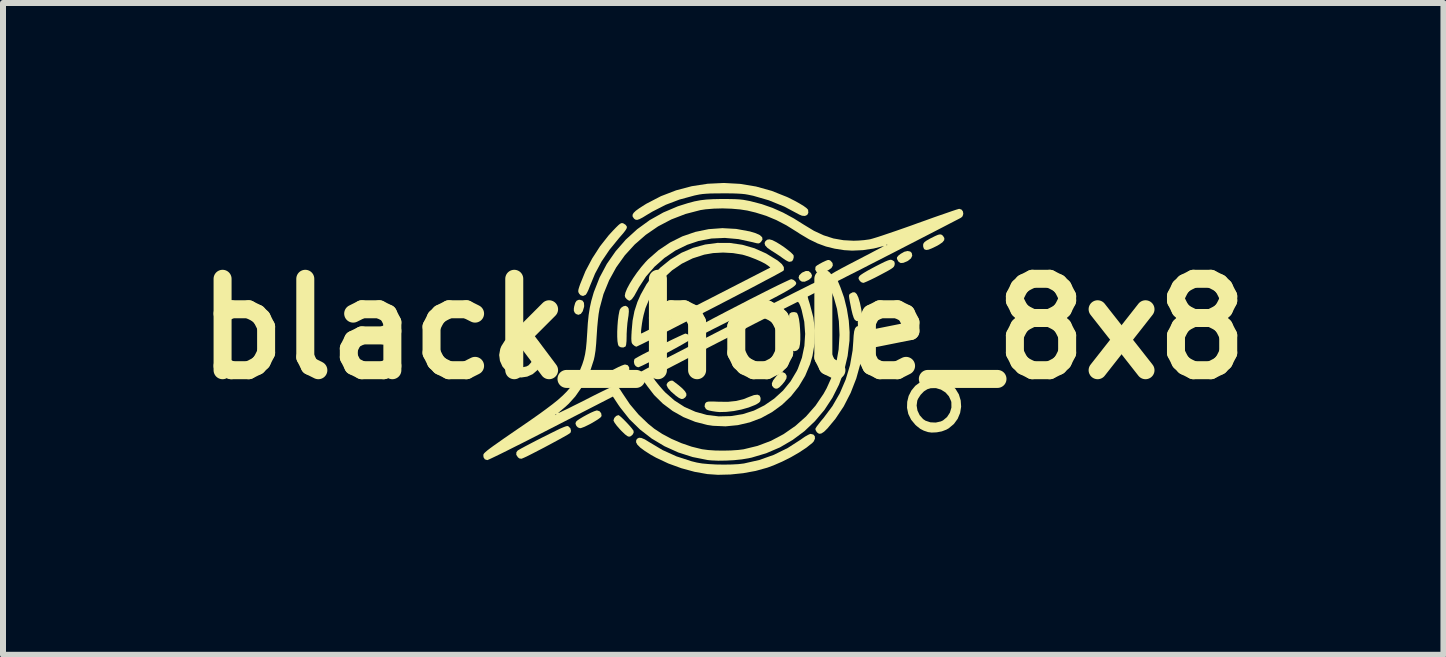
<source format=kicad_pcb>
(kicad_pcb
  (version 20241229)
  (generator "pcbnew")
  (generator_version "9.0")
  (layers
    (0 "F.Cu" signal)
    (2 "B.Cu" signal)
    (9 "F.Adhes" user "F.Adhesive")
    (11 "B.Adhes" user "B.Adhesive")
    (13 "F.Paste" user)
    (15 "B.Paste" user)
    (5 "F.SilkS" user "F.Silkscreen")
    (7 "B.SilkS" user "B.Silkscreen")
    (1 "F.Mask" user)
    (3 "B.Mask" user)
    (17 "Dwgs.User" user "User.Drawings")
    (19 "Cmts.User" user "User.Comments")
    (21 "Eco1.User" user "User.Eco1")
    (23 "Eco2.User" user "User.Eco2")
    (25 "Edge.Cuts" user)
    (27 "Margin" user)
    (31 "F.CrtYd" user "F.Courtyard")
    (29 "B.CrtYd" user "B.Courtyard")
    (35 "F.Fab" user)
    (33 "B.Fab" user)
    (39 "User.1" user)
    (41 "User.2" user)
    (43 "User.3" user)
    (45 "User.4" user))
  (footprint "black_hole_8x8"
    (layer "F.Cu")
    (at 9.006 2.432)
    (property "Reference" "black_hole_8x8" (at 0 0 0) (layer "F.SilkS") (effects (font (size 1.524 1.524) (thickness 0.3))))
    (attr board_only exclude_from_pos_files exclude_from_bom)
    (fp_poly (pts (xy 1.425 -0.963) (xy 1.461 -0.932) (xy 1.463 -0.93) (xy 1.48 -0.89) (xy 1.471 -0.856) (xy 1.434 -0.822) (xy 1.419 -0.813) (xy 1.359 -0.786) (xy 1.311 -0.787) (xy 1.275 -0.812) (xy 1.256 -0.851) (xy 1.267 -0.892) (xy 1.307 -0.931) (xy 1.318 -0.939) (xy 1.378 -0.965)) (stroke (width 0) (type solid)) (fill yes) (layer "F.SilkS"))
    (fp_poly (pts (xy 3.118 -1.289) (xy 3.143 -1.264) (xy 3.151 -1.219) (xy 3.13 -1.175) (xy 3.081 -1.135) (xy 3.065 -1.126) (xy 3.004 -1.101) (xy 2.959 -1.097) (xy 2.926 -1.116) (xy 2.916 -1.129) (xy 2.896 -1.165) (xy 2.897 -1.193) (xy 2.922 -1.223) (xy 2.957 -1.25) (xy 3.018 -1.285) (xy 3.073 -1.298)) (stroke (width 0) (type solid)) (fill yes) (layer "F.SilkS"))
    (fp_poly (pts (xy -2.347 -0.472) (xy -2.322 -0.436) (xy -2.318 -0.38) (xy -2.321 -0.362) (xy -2.342 -0.293) (xy -2.373 -0.25) (xy -2.414 -0.234) (xy -2.415 -0.234) (xy -2.455 -0.248) (xy -2.476 -0.27) (xy -2.49 -0.301) (xy -2.49 -0.34) (xy -2.484 -0.375) (xy -2.467 -0.434) (xy -2.445 -0.468) (xy -2.414 -0.483) (xy -2.39 -0.485)) (stroke (width 0) (type solid)) (fill yes) (layer "F.SilkS"))
    (fp_poly (pts (xy 1.031 0.741) (xy 1.039 0.75) (xy 1.058 0.784) (xy 1.054 0.825) (xy 1.026 0.875) (xy 0.984 0.927) (xy 0.936 0.975) (xy 0.898 0.997) (xy 0.864 0.995) (xy 0.841 0.981) (xy 0.814 0.948) (xy 0.811 0.908) (xy 0.831 0.86) (xy 0.877 0.799) (xy 0.904 0.77) (xy 0.951 0.731) (xy 0.993 0.721)) (stroke (width 0) (type solid)) (fill yes) (layer "F.SilkS"))
    (fp_poly (pts (xy -0.837 0.868) (xy -0.745 0.938) (xy -0.679 0.995) (xy -0.636 1.042) (xy -0.615 1.079) (xy -0.614 1.111) (xy -0.631 1.14) (xy -0.638 1.146) (xy -0.668 1.167) (xy -0.7 1.169) (xy -0.739 1.151) (xy -0.793 1.112) (xy -0.871 1.044) (xy -0.921 0.987) (xy -0.943 0.942) (xy -0.942 0.921) (xy -0.922 0.89) (xy -0.888 0.868) (xy -0.853 0.862)) (stroke (width 0) (type solid)) (fill yes) (layer "F.SilkS"))
    (fp_poly (pts (xy -1.592 0.606) (xy -1.568 0.641) (xy -1.566 0.682) (xy -1.573 0.706) (xy -1.59 0.727) (xy -1.625 0.752) (xy -1.681 0.784) (xy -1.696 0.792) (xy -1.779 0.833) (xy -1.842 0.854) (xy -1.887 0.857) (xy -1.918 0.842) (xy -1.919 0.841) (xy -1.935 0.807) (xy -1.935 0.764) (xy -1.926 0.742) (xy -1.904 0.723) (xy -1.861 0.696) (xy -1.805 0.666) (xy -1.746 0.636) (xy -1.692 0.612) (xy -1.651 0.597) (xy -1.636 0.594)) (stroke (width 0) (type solid)) (fill yes) (layer "F.SilkS"))
    (fp_poly (pts (xy 1.784 -1.139) (xy 1.791 -1.134) (xy 1.822 -1.098) (xy 1.827 -1.055) (xy 1.805 -1.016) (xy 1.801 -1.012) (xy 1.763 -0.985) (xy 1.712 -0.957) (xy 1.66 -0.935) (xy 1.62 -0.923) (xy 1.612 -0.922) (xy 1.576 -0.933) (xy 1.556 -0.947) (xy 1.534 -0.987) (xy 1.538 -1.031) (xy 1.544 -1.041) (xy 1.563 -1.057) (xy 1.602 -1.081) (xy 1.652 -1.108) (xy 1.654 -1.109) (xy 1.707 -1.134) (xy 1.74 -1.147) (xy 1.763 -1.148)) (stroke (width 0) (type solid)) (fill yes) (layer "F.SilkS"))
    (fp_poly (pts (xy 3.639 -1.57) (xy 3.661 -1.553) (xy 3.665 -1.548) (xy 3.686 -1.513) (xy 3.684 -1.479) (xy 3.655 -1.443) (xy 3.599 -1.404) (xy 3.55 -1.377) (xy 3.475 -1.341) (xy 3.421 -1.32) (xy 3.384 -1.315) (xy 3.357 -1.324) (xy 3.346 -1.335) (xy 3.334 -1.367) (xy 3.332 -1.402) (xy 3.339 -1.425) (xy 3.356 -1.447) (xy 3.389 -1.471) (xy 3.443 -1.502) (xy 3.462 -1.512) (xy 3.532 -1.547) (xy 3.581 -1.568) (xy 3.615 -1.575)) (stroke (width 0) (type solid)) (fill yes) (layer "F.SilkS"))
    (fp_poly (pts (xy -2.062 1.373) (xy -2.035 1.406) (xy -2.028 1.447) (xy -2.031 1.459) (xy -2.049 1.48) (xy -2.09 1.51) (xy -2.145 1.544) (xy -2.207 1.58) (xy -2.27 1.612) (xy -2.327 1.638) (xy -2.371 1.654) (xy -2.387 1.656) (xy -2.422 1.644) (xy -2.447 1.619) (xy -2.463 1.582) (xy -2.455 1.55) (xy -2.434 1.529) (xy -2.391 1.499) (xy -2.334 1.465) (xy -2.27 1.43) (xy -2.207 1.398) (xy -2.152 1.374) (xy -2.112 1.361) (xy -2.103 1.36)) (stroke (width 0) (type solid)) (fill yes) (layer "F.SilkS"))
    (fp_poly (pts (xy -1.728 1.449) (xy -1.694 1.478) (xy -1.652 1.519) (xy -1.605 1.567) (xy -1.56 1.616) (xy -1.523 1.66) (xy -1.498 1.694) (xy -1.495 1.698) (xy -1.493 1.73) (xy -1.511 1.764) (xy -1.542 1.79) (xy -1.57 1.798) (xy -1.598 1.788) (xy -1.638 1.758) (xy -1.693 1.705) (xy -1.718 1.679) (xy -1.774 1.615) (xy -1.811 1.565) (xy -1.828 1.531) (xy -1.829 1.525) (xy -1.816 1.485) (xy -1.785 1.452) (xy -1.748 1.438) (xy -1.747 1.438)) (stroke (width 0) (type solid)) (fill yes) (layer "F.SilkS"))
    (fp_poly (pts (xy 2.196 -0.608) (xy 2.226 -0.579) (xy 2.253 -0.522) (xy 2.278 -0.437) (xy 2.281 -0.424) (xy 2.301 -0.328) (xy 2.311 -0.257) (xy 2.311 -0.207) (xy 2.3 -0.172) (xy 2.279 -0.149) (xy 2.244 -0.129) (xy 2.22 -0.13) (xy 2.192 -0.152) (xy 2.192 -0.152) (xy 2.176 -0.182) (xy 2.157 -0.239) (xy 2.137 -0.321) (xy 2.127 -0.373) (xy 2.111 -0.453) (xy 2.101 -0.508) (xy 2.097 -0.544) (xy 2.099 -0.565) (xy 2.106 -0.578) (xy 2.118 -0.588) (xy 2.16 -0.61)) (stroke (width 0) (type solid)) (fill yes) (layer "F.SilkS"))
    (fp_poly (pts (xy 0.819 -1.479) (xy 0.88 -1.448) (xy 0.947 -1.408) (xy 1.014 -1.363) (xy 1.076 -1.316) (xy 1.128 -1.274) (xy 1.163 -1.239) (xy 1.174 -1.222) (xy 1.175 -1.192) (xy 1.166 -1.157) (xy 1.15 -1.131) (xy 1.14 -1.125) (xy 1.116 -1.12) (xy 1.107 -1.117) (xy 1.084 -1.122) (xy 1.046 -1.142) (xy 1 -1.173) (xy 0.941 -1.215) (xy 0.87 -1.262) (xy 0.809 -1.3) (xy 0.739 -1.348) (xy 0.699 -1.391) (xy 0.689 -1.43) (xy 0.703 -1.461) (xy 0.733 -1.486) (xy 0.77 -1.492)) (stroke (width 0) (type solid)) (fill yes) (layer "F.SilkS"))
    (fp_poly (pts (xy -1.62 -0.381) (xy -1.592 -0.364) (xy -1.576 -0.335) (xy -1.573 -0.289) (xy -1.579 -0.221) (xy -1.586 -0.178) (xy -1.597 -0.098) (xy -1.605 -0.004) (xy -1.61 0.088) (xy -1.61 0.116) (xy -1.612 0.202) (xy -1.618 0.261) (xy -1.627 0.292) (xy -1.629 0.294) (xy -1.665 0.311) (xy -1.709 0.307) (xy -1.742 0.288) (xy -1.754 0.259) (xy -1.763 0.205) (xy -1.767 0.132) (xy -1.767 0.047) (xy -1.763 -0.045) (xy -1.756 -0.136) (xy -1.745 -0.222) (xy -1.731 -0.295) (xy -1.725 -0.317) (xy -1.704 -0.35) (xy -1.668 -0.375) (xy -1.631 -0.384)) (stroke (width 0) (type solid)) (fill yes) (layer "F.SilkS"))
    (fp_poly (pts (xy 1.22 -0.271) (xy 1.231 -0.262) (xy 1.248 -0.225) (xy 1.263 -0.164) (xy 1.274 -0.086) (xy 1.281 0.002) (xy 1.285 0.092) (xy 1.285 0.178) (xy 1.28 0.252) (xy 1.269 0.308) (xy 1.263 0.324) (xy 1.232 0.359) (xy 1.191 0.373) (xy 1.149 0.362) (xy 1.135 0.352) (xy 1.123 0.334) (xy 1.117 0.308) (xy 1.116 0.265) (xy 1.119 0.2) (xy 1.12 0.187) (xy 1.122 0.059) (xy 1.113 -0.071) (xy 1.11 -0.093) (xy 1.101 -0.164) (xy 1.098 -0.211) (xy 1.101 -0.24) (xy 1.109 -0.258) (xy 1.141 -0.276) (xy 1.183 -0.28)) (stroke (width 0) (type solid)) (fill yes) (layer "F.SilkS"))
    (fp_poly (pts (xy 0.607 1.113) (xy 0.623 1.152) (xy 0.622 1.183) (xy 0.615 1.211) (xy 0.593 1.233) (xy 0.553 1.258) (xy 0.528 1.27) (xy 0.424 1.311) (xy 0.303 1.345) (xy 0.176 1.37) (xy 0.051 1.384) (xy -0.061 1.387) (xy -0.117 1.382) (xy -0.188 1.371) (xy -0.235 1.361) (xy -0.265 1.351) (xy -0.284 1.339) (xy -0.289 1.335) (xy -0.311 1.294) (xy -0.304 1.25) (xy -0.289 1.229) (xy -0.274 1.219) (xy -0.249 1.213) (xy -0.208 1.211) (xy -0.146 1.212) (xy -0.073 1.215) (xy 0.081 1.216) (xy 0.215 1.202) (xy 0.335 1.173) (xy 0.435 1.133) (xy 0.513 1.104) (xy 0.571 1.097)) (stroke (width 0) (type solid)) (fill yes) (layer "F.SilkS"))
    (fp_poly (pts (xy 2.809 -1.149) (xy 2.82 -1.144) (xy 2.85 -1.125) (xy 2.859 -1.096) (xy 2.858 -1.075) (xy 2.854 -1.056) (xy 2.846 -1.039) (xy 2.83 -1.021) (xy 2.8 -1) (xy 2.755 -0.973) (xy 2.689 -0.937) (xy 2.61 -0.895) (xy 2.529 -0.853) (xy 2.455 -0.817) (xy 2.394 -0.789) (xy 2.351 -0.771) (xy 2.333 -0.766) (xy 2.298 -0.779) (xy 2.273 -0.805) (xy 2.256 -0.836) (xy 2.259 -0.861) (xy 2.271 -0.88) (xy 2.292 -0.899) (xy 2.337 -0.929) (xy 2.401 -0.967) (xy 2.478 -1.009) (xy 2.536 -1.04) (xy 2.624 -1.085) (xy 2.689 -1.117) (xy 2.736 -1.137) (xy 2.768 -1.148) (xy 2.791 -1.152)) (stroke (width 0) (type solid)) (fill yes) (layer "F.SilkS"))
    (fp_poly (pts (xy -2.582 1.624) (xy -2.548 1.657) (xy -2.537 1.701) (xy -2.546 1.731) (xy -2.562 1.744) (xy -2.602 1.769) (xy -2.662 1.803) (xy -2.736 1.844) (xy -2.821 1.89) (xy -2.912 1.939) (xy -3.006 1.989) (xy -3.097 2.036) (xy -3.182 2.08) (xy -3.255 2.117) (xy -3.314 2.145) (xy -3.354 2.162) (xy -3.362 2.165) (xy -3.396 2.161) (xy -3.422 2.142) (xy -3.45 2.099) (xy -3.448 2.057) (xy -3.427 2.029) (xy -3.406 2.016) (xy -3.362 1.991) (xy -3.297 1.956) (xy -3.215 1.913) (xy -3.121 1.864) (xy -3.019 1.812) (xy -3.007 1.806) (xy -2.889 1.747) (xy -2.796 1.701) (xy -2.725 1.666) (xy -2.671 1.643) (xy -2.633 1.628) (xy -2.607 1.621) (xy -2.59 1.621)) (stroke (width 0) (type solid)) (fill yes) (layer "F.SilkS"))
    (fp_poly (pts (xy -1.664 -1.758) (xy -1.628 -1.735) (xy -1.608 -1.708) (xy -1.606 -1.691) (xy -1.613 -1.669) (xy -1.632 -1.639) (xy -1.665 -1.596) (xy -1.717 -1.536) (xy -1.737 -1.513) (xy -1.896 -1.318) (xy -2.028 -1.123) (xy -2.136 -0.922) (xy -2.224 -0.709) (xy -2.226 -0.703) (xy -2.249 -0.645) (xy -2.272 -0.598) (xy -2.291 -0.569) (xy -2.294 -0.567) (xy -2.337 -0.548) (xy -2.377 -0.56) (xy -2.401 -0.586) (xy -2.413 -0.608) (xy -2.417 -0.629) (xy -2.413 -0.658) (xy -2.399 -0.704) (xy -2.384 -0.747) (xy -2.297 -0.961) (xy -2.184 -1.174) (xy -2.053 -1.377) (xy -1.908 -1.561) (xy -1.844 -1.631) (xy -1.787 -1.69) (xy -1.747 -1.729) (xy -1.719 -1.752) (xy -1.698 -1.762) (xy -1.68 -1.763)) (stroke (width 0) (type solid)) (fill yes) (layer "F.SilkS"))
    (fp_poly (pts (xy -0.592 0.091) (xy -0.565 0.123) (xy -0.556 0.163) (xy -0.561 0.185) (xy -0.578 0.198) (xy -0.618 0.223) (xy -0.678 0.258) (xy -0.753 0.3) (xy -0.839 0.347) (xy -0.932 0.397) (xy -1.027 0.448) (xy -1.121 0.497) (xy -1.209 0.542) (xy -1.287 0.582) (xy -1.35 0.613) (xy -1.395 0.633) (xy -1.418 0.641) (xy -1.418 0.641) (xy -1.441 0.632) (xy -1.46 0.62) (xy -1.481 0.59) (xy -1.489 0.549) (xy -1.483 0.512) (xy -1.475 0.5) (xy -1.454 0.487) (xy -1.41 0.462) (xy -1.347 0.428) (xy -1.269 0.388) (xy -1.181 0.343) (xy -1.087 0.296) (xy -0.992 0.248) (xy -0.899 0.202) (xy -0.813 0.161) (xy -0.739 0.126) (xy -0.68 0.099) (xy -0.641 0.082) (xy -0.628 0.078)) (stroke (width 0) (type solid)) (fill yes) (layer "F.SilkS"))
    (fp_poly (pts (xy 2.293 -0.04) (xy 2.319 -0.017) (xy 2.335 0.024) (xy 2.342 0.087) (xy 2.341 0.174) (xy 2.332 0.288) (xy 2.328 0.325) (xy 2.287 0.579) (xy 2.218 0.827) (xy 2.125 1.066) (xy 2.009 1.292) (xy 1.871 1.499) (xy 1.738 1.659) (xy 1.68 1.716) (xy 1.634 1.745) (xy 1.597 1.749) (xy 1.566 1.728) (xy 1.553 1.711) (xy 1.538 1.683) (xy 1.538 1.661) (xy 1.556 1.632) (xy 1.564 1.621) (xy 1.593 1.583) (xy 1.633 1.532) (xy 1.673 1.485) (xy 1.82 1.288) (xy 1.944 1.073) (xy 2.042 0.844) (xy 2.114 0.604) (xy 2.157 0.359) (xy 2.168 0.211) (xy 2.174 0.112) (xy 2.183 0.041) (xy 2.197 -0.006) (xy 2.217 -0.034) (xy 2.244 -0.046) (xy 2.258 -0.047)) (stroke (width 0) (type solid)) (fill yes) (layer "F.SilkS"))
    (fp_poly (pts (xy 0.217 -1.666) (xy 0.445 -1.624) (xy 0.543 -1.594) (xy 0.612 -1.562) (xy 0.649 -1.527) (xy 0.655 -1.49) (xy 0.631 -1.451) (xy 0.625 -1.445) (xy 0.606 -1.43) (xy 0.588 -1.424) (xy 0.56 -1.427) (xy 0.515 -1.438) (xy 0.488 -1.445) (xy 0.254 -1.496) (xy 0.026 -1.516) (xy -0.196 -1.506) (xy -0.411 -1.465) (xy -0.601 -1.401) (xy -0.798 -1.305) (xy -0.98 -1.182) (xy -1.144 -1.037) (xy -1.288 -0.872) (xy -1.407 -0.689) (xy -1.439 -0.63) (xy -1.485 -0.547) (xy -1.524 -0.494) (xy -1.557 -0.47) (xy -1.566 -0.469) (xy -1.582 -0.477) (xy -1.606 -0.493) (xy -1.633 -0.524) (xy -1.641 -0.552) (xy -1.631 -0.603) (xy -1.602 -0.673) (xy -1.558 -0.755) (xy -1.502 -0.845) (xy -1.438 -0.938) (xy -1.367 -1.03) (xy -1.294 -1.115) (xy -1.252 -1.159) (xy -1.077 -1.312) (xy -0.885 -1.44) (xy -0.681 -1.542) (xy -0.466 -1.616) (xy -0.243 -1.662) (xy -0.014 -1.679)) (stroke (width 0) (type solid)) (fill yes) (layer "F.SilkS"))
    (fp_poly (pts (xy 1.17 -0.817) (xy 1.197 -0.796) (xy 1.209 -0.781) (xy 1.216 -0.767) (xy 1.216 -0.753) (xy 1.208 -0.736) (xy 1.189 -0.716) (xy 1.158 -0.692) (xy 1.113 -0.663) (xy 1.052 -0.627) (xy 0.973 -0.583) (xy 0.874 -0.53) (xy 0.753 -0.467) (xy 0.609 -0.392) (xy 0.44 -0.305) (xy 0.375 -0.272) (xy 0.228 -0.197) (xy 0.089 -0.126) (xy -0.04 -0.061) (xy -0.155 -0.003) (xy -0.255 0.048) (xy -0.336 0.088) (xy -0.397 0.118) (xy -0.435 0.136) (xy -0.446 0.14) (xy -0.471 0.132) (xy -0.487 0.121) (xy -0.518 0.083) (xy -0.517 0.042) (xy -0.496 0.009) (xy -0.476 -0.005) (xy -0.431 -0.031) (xy -0.364 -0.068) (xy -0.279 -0.114) (xy -0.179 -0.168) (xy -0.066 -0.227) (xy 0.056 -0.291) (xy 0.184 -0.357) (xy 0.316 -0.425) (xy 0.447 -0.493) (xy 0.576 -0.558) (xy 0.698 -0.62) (xy 0.812 -0.677) (xy 0.913 -0.727) (xy 0.999 -0.768) (xy 1.067 -0.8) (xy 1.113 -0.821) (xy 1.135 -0.828) (xy 1.136 -0.828)) (stroke (width 0) (type solid)) (fill yes) (layer "F.SilkS"))
    (fp_poly (pts (xy -3.342 0.081) (xy -3.243 0.098) (xy -3.159 0.14) (xy -3.086 0.209) (xy -3.057 0.247) (xy -3.015 0.332) (xy -3 0.428) (xy -3.012 0.527) (xy -3.04 0.602) (xy -3.099 0.689) (xy -3.176 0.755) (xy -3.267 0.796) (xy -3.367 0.811) (xy -3.47 0.797) (xy -3.483 0.793) (xy -3.523 0.773) (xy -3.572 0.74) (xy -3.611 0.708) (xy -3.681 0.626) (xy -3.722 0.534) (xy -3.73 0.471) (xy -3.567 0.471) (xy -3.545 0.539) (xy -3.503 0.595) (xy -3.472 0.617) (xy -3.411 0.637) (xy -3.343 0.64) (xy -3.279 0.626) (xy -3.244 0.607) (xy -3.2 0.557) (xy -3.168 0.494) (xy -3.157 0.434) (xy -3.172 0.371) (xy -3.21 0.313) (xy -3.265 0.267) (xy -3.33 0.239) (xy -3.368 0.235) (xy -3.428 0.247) (xy -3.488 0.281) (xy -3.536 0.328) (xy -3.542 0.337) (xy -3.567 0.4) (xy -3.567 0.471) (xy -3.73 0.471) (xy -3.735 0.436) (xy -3.717 0.334) (xy -3.699 0.289) (xy -3.641 0.197) (xy -3.567 0.132) (xy -3.476 0.093) (xy -3.368 0.08)) (stroke (width 0) (type solid)) (fill yes) (layer "F.SilkS"))
    (fp_poly (pts (xy 1.503 1.762) (xy 1.527 1.791) (xy 1.529 1.831) (xy 1.509 1.876) (xy 1.484 1.903) (xy 1.386 1.981) (xy 1.265 2.061) (xy 1.128 2.14) (xy 0.983 2.213) (xy 0.838 2.276) (xy 0.735 2.314) (xy 0.541 2.368) (xy 0.333 2.406) (xy 0.119 2.428) (xy -0.089 2.433) (xy -0.264 2.421) (xy -0.478 2.383) (xy -0.698 2.323) (xy -0.915 2.244) (xy -1.117 2.149) (xy -1.202 2.102) (xy -1.306 2.036) (xy -1.382 1.98) (xy -1.431 1.931) (xy -1.453 1.89) (xy -1.45 1.854) (xy -1.435 1.832) (xy -1.404 1.815) (xy -1.363 1.819) (xy -1.306 1.843) (xy -1.232 1.889) (xy -1.228 1.891) (xy -1.012 2.02) (xy -0.778 2.126) (xy -0.528 2.207) (xy -0.439 2.229) (xy -0.351 2.244) (xy -0.241 2.254) (xy -0.117 2.261) (xy 0.013 2.263) (xy 0.139 2.261) (xy 0.254 2.255) (xy 0.345 2.244) (xy 0.601 2.186) (xy 0.844 2.1) (xy 1.075 1.986) (xy 1.297 1.843) (xy 1.309 1.834) (xy 1.364 1.796) (xy 1.413 1.768) (xy 1.449 1.752) (xy 1.458 1.751)) (stroke (width 0) (type solid)) (fill yes) (layer "F.SilkS"))
    (fp_poly (pts (xy 0.28 -2.417) (xy 0.547 -2.373) (xy 0.809 -2.3) (xy 1.062 -2.199) (xy 1.086 -2.188) (xy 1.187 -2.137) (xy 1.274 -2.089) (xy 1.344 -2.046) (xy 1.391 -2.011) (xy 1.415 -1.985) (xy 1.415 -1.982) (xy 1.419 -1.934) (xy 1.4 -1.899) (xy 1.362 -1.882) (xy 1.313 -1.886) (xy 1.268 -1.905) (xy 1.018 -2.038) (xy 0.76 -2.143) (xy 0.498 -2.219) (xy 0.483 -2.222) (xy 0.421 -2.235) (xy 0.365 -2.245) (xy 0.306 -2.251) (xy 0.239 -2.255) (xy 0.157 -2.258) (xy 0.052 -2.259) (xy 0 -2.259) (xy -0.115 -2.258) (xy -0.206 -2.257) (xy -0.279 -2.253) (xy -0.341 -2.248) (xy -0.397 -2.24) (xy -0.456 -2.228) (xy -0.483 -2.222) (xy -0.73 -2.155) (xy -0.959 -2.068) (xy -1.178 -1.956) (xy -1.272 -1.9) (xy -1.344 -1.856) (xy -1.396 -1.829) (xy -1.433 -1.817) (xy -1.46 -1.819) (xy -1.483 -1.834) (xy -1.49 -1.842) (xy -1.51 -1.871) (xy -1.512 -1.9) (xy -1.495 -1.932) (xy -1.457 -1.969) (xy -1.396 -2.013) (xy -1.31 -2.068) (xy -1.279 -2.087) (xy -1.038 -2.212) (xy -0.786 -2.309) (xy -0.525 -2.378) (xy -0.259 -2.419) (xy 0.011 -2.432)) (stroke (width 0) (type solid)) (fill yes) (layer "F.SilkS"))
    (fp_poly (pts (xy 3.58 0.833) (xy 3.673 0.853) (xy 3.758 0.897) (xy 3.79 0.92) (xy 3.872 1) (xy 3.928 1.092) (xy 3.959 1.194) (xy 3.966 1.298) (xy 3.949 1.402) (xy 3.908 1.5) (xy 3.845 1.586) (xy 3.759 1.658) (xy 3.718 1.681) (xy 3.644 1.709) (xy 3.559 1.725) (xy 3.475 1.729) (xy 3.415 1.721) (xy 3.343 1.697) (xy 3.285 1.667) (xy 3.228 1.622) (xy 3.204 1.601) (xy 3.132 1.514) (xy 3.085 1.418) (xy 3.064 1.317) (xy 3.065 1.278) (xy 3.224 1.278) (xy 3.238 1.362) (xy 3.275 1.44) (xy 3.332 1.504) (xy 3.372 1.531) (xy 3.454 1.558) (xy 3.543 1.562) (xy 3.628 1.543) (xy 3.664 1.526) (xy 3.731 1.47) (xy 3.779 1.396) (xy 3.804 1.312) (xy 3.803 1.226) (xy 3.799 1.206) (xy 3.762 1.124) (xy 3.704 1.059) (xy 3.63 1.013) (xy 3.547 0.988) (xy 3.46 0.989) (xy 3.403 1.006) (xy 3.346 1.042) (xy 3.291 1.099) (xy 3.249 1.164) (xy 3.235 1.196) (xy 3.224 1.278) (xy 3.065 1.278) (xy 3.067 1.216) (xy 3.091 1.118) (xy 3.137 1.028) (xy 3.201 0.95) (xy 3.284 0.888) (xy 3.382 0.847) (xy 3.471 0.832)) (stroke (width 0) (type solid)) (fill yes) (layer "F.SilkS"))
    (fp_poly (pts (xy 0.111 -1.432) (xy 0.317 -1.402) (xy 0.519 -1.344) (xy 0.715 -1.257) (xy 0.903 -1.142) (xy 0.915 -1.133) (xy 0.978 -1.079) (xy 1.01 -1.03) (xy 1.012 -0.985) (xy 1.005 -0.971) (xy 0.989 -0.96) (xy 0.948 -0.937) (xy 0.884 -0.902) (xy 0.8 -0.857) (xy 0.697 -0.803) (xy 0.579 -0.74) (xy 0.448 -0.671) (xy 0.305 -0.597) (xy 0.155 -0.519) (xy -0.001 -0.438) (xy -0.161 -0.355) (xy -0.321 -0.273) (xy -0.481 -0.191) (xy -0.636 -0.111) (xy -0.784 -0.035) (xy -0.924 0.037) (xy -1.053 0.102) (xy -1.168 0.16) (xy -1.266 0.209) (xy -1.346 0.249) (xy -1.405 0.277) (xy -1.44 0.294) (xy -1.45 0.297) (xy -1.474 0.287) (xy -1.503 0.264) (xy -1.517 0.248) (xy -1.526 0.229) (xy -1.53 0.202) (xy -1.532 0.16) (xy -1.53 0.097) (xy -1.528 0.067) (xy -1.37 0.067) (xy -1.366 0.078) (xy -1.351 0.071) (xy -1.311 0.051) (xy -1.247 0.019) (xy -1.161 -0.025) (xy -1.057 -0.078) (xy -0.935 -0.14) (xy -0.798 -0.21) (xy -0.649 -0.286) (xy -0.489 -0.368) (xy -0.32 -0.455) (xy -0.286 -0.472) (xy 0.786 -1.022) (xy 0.748 -1.053) (xy 0.699 -1.086) (xy 0.627 -1.123) (xy 0.541 -1.161) (xy 0.45 -1.196) (xy 0.362 -1.225) (xy 0.319 -1.237) (xy 0.163 -1.263) (xy -0.003 -1.272) (xy -0.169 -1.263) (xy -0.317 -1.237) (xy -0.51 -1.175) (xy -0.689 -1.087) (xy -0.853 -0.975) (xy -0.997 -0.842) (xy -1.121 -0.691) (xy -1.222 -0.523) (xy -1.297 -0.342) (xy -1.327 -0.231) (xy -1.342 -0.162) (xy -1.354 -0.09) (xy -1.363 -0.024) (xy -1.369 0.03) (xy -1.37 0.067) (xy -1.528 0.067) (xy -1.527 0.041) (xy -1.511 -0.137) (xy -1.48 -0.296) (xy -1.431 -0.447) (xy -1.376 -0.571) (xy -1.278 -0.746) (xy -1.166 -0.898) (xy -1.049 -1.02) (xy -0.878 -1.158) (xy -0.694 -1.269) (xy -0.501 -1.351) (xy -0.301 -1.406) (xy -0.096 -1.433)) (stroke (width 0) (type solid)) (fill yes) (layer "F.SilkS"))
    (fp_poly (pts (xy 1.585 -0.768) (xy 1.612 -0.735) (xy 1.621 -0.694) (xy 1.619 -0.681) (xy 1.603 -0.652) (xy 1.566 -0.622) (xy 1.512 -0.592) (xy 1.463 -0.567) (xy 1.426 -0.548) (xy 1.409 -0.539) (xy 1.409 -0.538) (xy 1.411 -0.522) (xy 1.421 -0.484) (xy 1.438 -0.431) (xy 1.444 -0.411) (xy 1.502 -0.192) (xy 1.529 0.024) (xy 1.524 0.239) (xy 1.488 0.451) (xy 1.449 0.586) (xy 1.366 0.783) (xy 1.258 0.963) (xy 1.129 1.125) (xy 0.981 1.266) (xy 0.815 1.387) (xy 0.636 1.485) (xy 0.445 1.558) (xy 0.245 1.605) (xy 0.039 1.625) (xy -0.171 1.616) (xy -0.265 1.602) (xy -0.467 1.55) (xy -0.661 1.472) (xy -0.842 1.37) (xy -1.007 1.246) (xy -1.152 1.103) (xy -1.261 0.961) (xy -1.292 0.917) (xy -1.317 0.886) (xy -1.331 0.875) (xy -1.351 0.882) (xy -1.391 0.899) (xy -1.438 0.922) (xy -1.498 0.951) (xy -1.539 0.965) (xy -1.567 0.965) (xy -1.59 0.951) (xy -1.603 0.937) (xy -1.613 0.926) (xy -1.622 0.915) (xy -1.627 0.904) (xy -1.628 0.893) (xy -1.623 0.88) (xy -1.61 0.864) (xy -1.588 0.845) (xy -1.556 0.822) (xy -1.515 0.796) (xy -1.172 0.796) (xy -1.162 0.819) (xy -1.136 0.86) (xy -1.096 0.911) (xy -1.049 0.968) (xy -0.999 1.025) (xy -0.965 1.061) (xy -0.813 1.194) (xy -0.645 1.302) (xy -0.464 1.382) (xy -0.273 1.435) (xy -0.074 1.459) (xy 0.129 1.454) (xy 0.324 1.422) (xy 0.511 1.363) (xy 0.687 1.275) (xy 0.85 1.163) (xy 0.997 1.029) (xy 1.123 0.875) (xy 1.225 0.704) (xy 1.243 0.667) (xy 1.312 0.481) (xy 1.353 0.285) (xy 1.366 0.084) (xy 1.351 -0.118) (xy 1.307 -0.315) (xy 1.286 -0.38) (xy 1.268 -0.421) (xy 1.251 -0.446) (xy 1.243 -0.45) (xy 1.224 -0.442) (xy 1.181 -0.42) (xy 1.115 -0.387) (xy 1.029 -0.344) (xy 0.925 -0.291) (xy 0.807 -0.231) (xy 0.675 -0.163) (xy 0.533 -0.091) (xy 0.384 -0.014) (xy 0.229 0.066) (xy 0.071 0.148) (xy -0.088 0.229) (xy -0.245 0.31) (xy -0.397 0.389) (xy -0.543 0.465) (xy -0.679 0.536) (xy -0.804 0.601) (xy -0.914 0.658) (xy -1.008 0.708) (xy -1.083 0.747) (xy -1.137 0.776) (xy -1.167 0.793) (xy -1.172 0.796) (xy -1.515 0.796) (xy -1.511 0.794) (xy -1.454 0.76) (xy -1.382 0.72) (xy -1.294 0.672) (xy -1.189 0.616) (xy -1.064 0.55) (xy -0.92 0.475) (xy -0.753 0.389) (xy -0.564 0.291) (xy -0.349 0.181) (xy -0.109 0.058) (xy -0.039 0.022) (xy 0.167 -0.084) (xy 0.366 -0.186) (xy 0.556 -0.283) (xy 0.734 -0.374) (xy 0.9 -0.458) (xy 1.051 -0.534) (xy 1.185 -0.602) (xy 1.301 -0.66) (xy 1.397 -0.708) (xy 1.471 -0.745) (xy 1.522 -0.769) (xy 1.547 -0.781) (xy 1.549 -0.781)) (stroke (width 0) (type solid)) (fill yes) (layer "F.SilkS"))
    (fp_poly (pts (xy 0.112 -2.164) (xy 0.2 -2.162) (xy 0.271 -2.158) (xy 0.334 -2.151) (xy 0.395 -2.14) (xy 0.451 -2.129) (xy 0.643 -2.079) (xy 0.823 -2.016) (xy 0.998 -1.938) (xy 1.177 -1.841) (xy 1.343 -1.737) (xy 1.513 -1.634) (xy 1.675 -1.559) (xy 1.837 -1.507) (xy 2.003 -1.478) (xy 2.173 -1.469) (xy 2.258 -1.472) (xy 2.347 -1.479) (xy 2.427 -1.49) (xy 2.45 -1.494) (xy 2.49 -1.505) (xy 2.556 -1.525) (xy 2.643 -1.553) (xy 2.749 -1.589) (xy 2.87 -1.63) (xy 3.002 -1.676) (xy 3.141 -1.725) (xy 3.237 -1.76) (xy 3.375 -1.809) (xy 3.505 -1.856) (xy 3.623 -1.897) (xy 3.727 -1.933) (xy 3.813 -1.963) (xy 3.879 -1.985) (xy 3.92 -1.997) (xy 3.934 -2.001) (xy 3.973 -1.988) (xy 3.996 -1.957) (xy 4.002 -1.917) (xy 3.99 -1.877) (xy 3.966 -1.854) (xy 3.948 -1.844) (xy 3.904 -1.821) (xy 3.838 -1.787) (xy 3.753 -1.743) (xy 3.651 -1.69) (xy 3.535 -1.63) (xy 3.407 -1.564) (xy 3.271 -1.494) (xy 3.129 -1.421) (xy 2.985 -1.347) (xy 2.84 -1.272) (xy 2.697 -1.199) (xy 2.56 -1.129) (xy 2.431 -1.063) (xy 2.313 -1.002) (xy 2.208 -0.949) (xy 2.119 -0.904) (xy 2.05 -0.869) (xy 2.022 -0.854) (xy 1.91 -0.798) (xy 1.954 -0.692) (xy 2.015 -0.521) (xy 2.061 -0.333) (xy 2.093 -0.137) (xy 2.107 0.055) (xy 2.105 0.196) (xy 2.074 0.451) (xy 2.016 0.696) (xy 1.93 0.93) (xy 1.82 1.149) (xy 1.686 1.353) (xy 1.529 1.539) (xy 1.353 1.706) (xy 1.157 1.852) (xy 0.945 1.976) (xy 0.716 2.074) (xy 0.474 2.146) (xy 0.418 2.158) (xy 0.308 2.176) (xy 0.181 2.189) (xy 0.048 2.196) (xy -0.081 2.198) (xy -0.197 2.193) (xy -0.258 2.187) (xy -0.509 2.137) (xy -0.75 2.06) (xy -0.978 1.957) (xy -1.192 1.829) (xy -1.388 1.677) (xy -1.564 1.505) (xy -1.717 1.311) (xy -1.748 1.267) (xy -1.839 1.129) (xy -2.869 1.658) (xy -3.037 1.744) (xy -3.197 1.826) (xy -3.347 1.902) (xy -3.485 1.971) (xy -3.608 2.033) (xy -3.715 2.086) (xy -3.804 2.129) (xy -3.871 2.161) (xy -3.915 2.181) (xy -3.933 2.188) (xy -3.974 2.175) (xy -3.996 2.14) (xy -3.999 2.101) (xy -3.995 2.089) (xy -3.984 2.073) (xy -3.964 2.054) (xy -3.934 2.028) (xy -3.89 1.994) (xy -3.83 1.95) (xy -3.753 1.896) (xy -3.657 1.828) (xy -3.539 1.747) (xy -3.408 1.657) (xy -3.233 1.537) (xy -3.082 1.431) (xy -3.081 1.43) (xy -2.798 1.43) (xy -2.79 1.438) (xy -2.782 1.43) (xy -2.79 1.422) (xy -2.798 1.43) (xy -3.081 1.43) (xy -3.043 1.403) (xy -2.751 1.403) (xy -2.743 1.402) (xy -2.71 1.387) (xy -2.656 1.361) (xy -2.582 1.326) (xy -2.493 1.281) (xy -2.39 1.23) (xy -2.287 1.178) (xy -2.154 1.11) (xy -2.045 1.056) (xy -1.959 1.014) (xy -1.893 0.983) (xy -1.844 0.962) (xy -1.81 0.95) (xy -1.787 0.945) (xy -1.773 0.946) (xy -1.772 0.947) (xy -1.751 0.968) (xy -1.721 1.009) (xy -1.687 1.061) (xy -1.677 1.077) (xy -1.556 1.257) (xy -1.411 1.429) (xy -1.249 1.584) (xy -1.149 1.665) (xy -1.016 1.752) (xy -0.862 1.834) (xy -0.695 1.906) (xy -0.526 1.964) (xy -0.364 2.004) (xy -0.35 2.007) (xy -0.25 2.02) (xy -0.13 2.028) (xy 0.000097 2.03) (xy 0.13 2.027) (xy 0.249 2.019) (xy 0.338 2.008) (xy 0.572 1.951) (xy 0.795 1.867) (xy 1.006 1.755) (xy 1.202 1.619) (xy 1.38 1.461) (xy 1.538 1.281) (xy 1.673 1.082) (xy 1.724 0.99) (xy 1.819 0.779) (xy 1.885 0.565) (xy 1.924 0.343) (xy 1.938 0.108) (xy 1.938 0.094) (xy 1.928 -0.127) (xy 1.897 -0.332) (xy 1.842 -0.528) (xy 1.77 -0.708) (xy 1.742 -0.774) (xy 1.727 -0.82) (xy 1.726 -0.85) (xy 1.729 -0.861) (xy 1.748 -0.878) (xy 1.795 -0.909) (xy 1.868 -0.952) (xy 1.968 -1.007) (xy 2.095 -1.074) (xy 2.228 -1.143) (xy 2.339 -1.201) (xy 2.44 -1.253) (xy 2.526 -1.299) (xy 2.597 -1.336) (xy 2.648 -1.364) (xy 2.676 -1.38) (xy 2.681 -1.383) (xy 2.508 -1.339) (xy 2.328 -1.312) (xy 2.15 -1.304) (xy 2.016 -1.312) (xy 1.857 -1.337) (xy 1.712 -1.373) (xy 1.641 -1.399) (xy 2.72 -1.399) (xy 2.728 -1.391) (xy 2.735 -1.399) (xy 2.728 -1.407) (xy 2.72 -1.399) (xy 1.641 -1.399) (xy 1.573 -1.424) (xy 1.433 -1.492) (xy 1.283 -1.581) (xy 1.231 -1.615) (xy 1.053 -1.726) (xy 0.884 -1.814) (xy 0.716 -1.884) (xy 0.539 -1.939) (xy 0.402 -1.972) (xy 0.28 -1.991) (xy 0.139 -2.003) (xy -0.011 -2.008) (xy -0.158 -2.004) (xy -0.293 -1.993) (xy -0.379 -1.98) (xy -0.629 -1.915) (xy -0.865 -1.824) (xy -1.086 -1.708) (xy -1.29 -1.568) (xy -1.475 -1.407) (xy -1.64 -1.226) (xy -1.783 -1.026) (xy -1.902 -0.81) (xy -1.996 -0.58) (xy -2.062 -0.336) (xy -2.063 -0.328) (xy -2.077 -0.247) (xy -2.089 -0.144) (xy -2.1 -0.028) (xy -2.108 0.092) (xy -2.109 0.106) (xy -2.118 0.247) (xy -2.129 0.363) (xy -2.144 0.457) (xy -2.157 0.516) (xy -2.208 0.673) (xy -2.279 0.833) (xy -2.368 0.987) (xy -2.467 1.128) (xy -2.575 1.248) (xy -2.63 1.299) (xy -2.679 1.34) (xy -2.721 1.376) (xy -2.748 1.4) (xy -2.751 1.403) (xy -3.043 1.403) (xy -2.954 1.338) (xy -2.844 1.255) (xy -2.752 1.181) (xy -2.674 1.111) (xy -2.609 1.046) (xy -2.554 0.982) (xy -2.507 0.917) (xy -2.466 0.848) (xy -2.428 0.775) (xy -2.39 0.694) (xy -2.382 0.674) (xy -2.349 0.591) (xy -2.323 0.51) (xy -2.303 0.424) (xy -2.288 0.328) (xy -2.277 0.213) (xy -2.268 0.074) (xy -2.267 0.063) (xy -2.257 -0.096) (xy -2.243 -0.232) (xy -2.224 -0.353) (xy -2.199 -0.467) (xy -2.166 -0.582) (xy -2.156 -0.615) (xy -2.061 -0.856) (xy -1.94 -1.083) (xy -1.793 -1.294) (xy -1.624 -1.488) (xy -1.434 -1.661) (xy -1.225 -1.813) (xy -0.999 -1.94) (xy -0.759 -2.042) (xy -0.703 -2.06) (xy -0.585 -2.097) (xy -0.48 -2.125) (xy -0.381 -2.144) (xy -0.279 -2.156) (xy -0.165 -2.162) (xy -0.031 -2.165) (xy 0 -2.165)) (stroke (width 0) (type solid)) (fill yes) (layer "F.SilkS")))
  (gr_rect
    (start -3 -3)
    (end 21.012 7.865)
    (stroke (width 0.1) (type default))
    (fill no)
    (layer "Edge.Cuts")))
</source>
